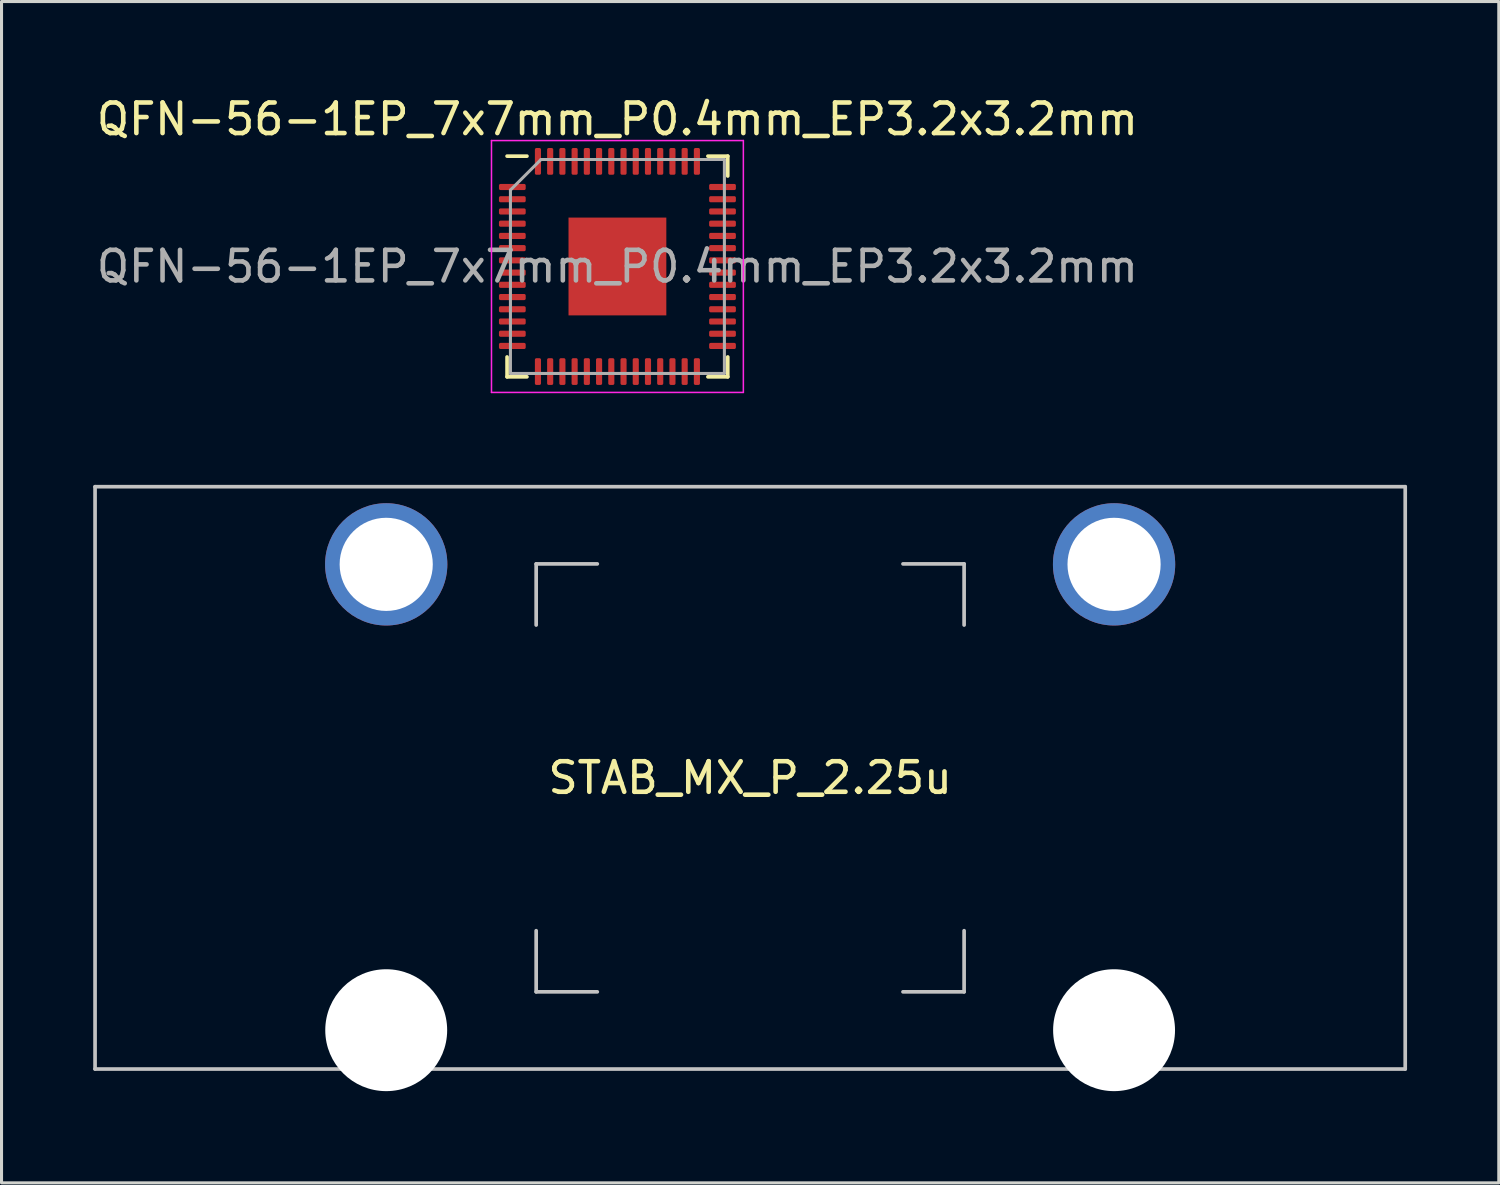
<source format=kicad_pcb>
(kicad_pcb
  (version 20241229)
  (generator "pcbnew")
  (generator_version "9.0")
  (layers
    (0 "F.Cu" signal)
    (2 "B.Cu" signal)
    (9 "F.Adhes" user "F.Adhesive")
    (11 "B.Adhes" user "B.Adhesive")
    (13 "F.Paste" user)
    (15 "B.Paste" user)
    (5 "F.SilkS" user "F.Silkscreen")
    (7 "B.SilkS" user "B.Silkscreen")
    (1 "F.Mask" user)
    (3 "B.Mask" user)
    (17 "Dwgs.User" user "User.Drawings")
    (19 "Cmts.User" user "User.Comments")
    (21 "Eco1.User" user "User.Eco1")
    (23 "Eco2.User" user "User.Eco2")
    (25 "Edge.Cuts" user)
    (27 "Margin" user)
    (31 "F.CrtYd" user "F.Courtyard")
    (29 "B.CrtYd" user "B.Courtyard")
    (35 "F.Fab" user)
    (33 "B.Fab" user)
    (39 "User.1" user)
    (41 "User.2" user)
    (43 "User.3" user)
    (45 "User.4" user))
  (footprint "STAB_MX_P_2.25u"
    (layer "F.Cu")
    (at 21.491 22.398)
    (property "Reference" "STAB_MX_P_2.25u" (at 0 0 180) (layer "F.SilkS") (effects (font (size 1 1) (thickness 0.15))))
    (attr through_hole exclude_from_pos_files)
    (fp_line (start -21.431 -9.525) (end -21.431 9.525) (stroke (width 0.12) (type solid)) (layer "Dwgs.User"))
    (fp_line (start -21.431 -9.525) (end 21.431 -9.525) (stroke (width 0.12) (type solid)) (layer "Dwgs.User"))
    (fp_line (start -21.431 9.525) (end 21.431 9.525) (stroke (width 0.12) (type solid)) (layer "Dwgs.User"))
    (fp_line (start -7 -7) (end -5 -7) (stroke (width 0.12) (type solid)) (layer "Dwgs.User"))
    (fp_line (start -7 -5) (end -7 -7) (stroke (width 0.12) (type solid)) (layer "Dwgs.User"))
    (fp_line (start -7 7) (end -7 5) (stroke (width 0.12) (type solid)) (layer "Dwgs.User"))
    (fp_line (start -5 7) (end -7 7) (stroke (width 0.12) (type solid)) (layer "Dwgs.User"))
    (fp_line (start 5 -7) (end 7 -7) (stroke (width 0.12) (type solid)) (layer "Dwgs.User"))
    (fp_line (start 5 7) (end 7 7) (stroke (width 0.12) (type solid)) (layer "Dwgs.User"))
    (fp_line (start 7 -7) (end 7 -5) (stroke (width 0.12) (type solid)) (layer "Dwgs.User"))
    (fp_line (start 7 7) (end 7 5) (stroke (width 0.12) (type solid)) (layer "Dwgs.User"))
    (fp_line (start 21.431 -9.525) (end 21.431 9.525) (stroke (width 0.12) (type solid)) (layer "Dwgs.User"))
    (fp_line (start -15.281 -5.5) (end -15.281 7.5) (stroke (width 0.05) (type solid)) (layer "Eco2.User"))
    (fp_line (start -14.781 -6) (end -9.031 -6) (stroke (width 0.05) (type solid)) (layer "Eco2.User"))
    (fp_line (start -14.781 8) (end -9.031 8) (stroke (width 0.05) (type solid)) (layer "Eco2.User"))
    (fp_line (start -8.531 -5.5) (end -8.531 7.5) (stroke (width 0.05) (type solid)) (layer "Eco2.User"))
    (fp_line (start 8.531 -5.5) (end 8.531 7.5) (stroke (width 0.05) (type solid)) (layer "Eco2.User"))
    (fp_line (start 9.031 -6) (end 14.78 -6) (stroke (width 0.05) (type solid)) (layer "Eco2.User"))
    (fp_line (start 9.031 8) (end 14.781 8) (stroke (width 0.05) (type solid)) (layer "Eco2.User"))
    (fp_line (start 15.28 -5.5) (end 15.281 7.5) (stroke (width 0.05) (type solid)) (layer "Eco2.User"))
    (fp_arc (start -15.28125 -5.499999) (mid -15.134803 -5.853552) (end -14.78125 -5.999999) (stroke (width 0.05) (type solid)) (layer "Eco2.User"))
    (fp_arc (start -14.78125 8.000001) (mid -15.134803 7.853554) (end -15.28125 7.500001) (stroke (width 0.05) (type solid)) (layer "Eco2.User"))
    (fp_arc (start -9.03125 -5.999999) (mid -8.677697 -5.853552) (end -8.53125 -5.499999) (stroke (width 0.05) (type solid)) (layer "Eco2.User"))
    (fp_arc (start -8.53125 7.500001) (mid -8.677697 7.853554) (end -9.03125 8.000001) (stroke (width 0.05) (type solid)) (layer "Eco2.User"))
    (fp_arc (start 8.53125 -5.499999) (mid 8.677685 -5.853565) (end 9.03125 -5.999999) (stroke (width 0.05) (type solid)) (layer "Eco2.User"))
    (fp_arc (start 9.03125 8.000001) (mid 8.677693 7.853543) (end 8.53125 7.500001) (stroke (width 0.05) (type solid)) (layer "Eco2.User"))
    (fp_arc (start 14.780039 -5.999999) (mid 15.133602 -5.853545) (end 15.280039 -5.499999) (stroke (width 0.05) (type solid)) (layer "Eco2.User"))
    (fp_arc (start 15.28125 7.500001) (mid 15.1348 7.853536) (end 14.78125 8.000001) (stroke (width 0.05) (type solid)) (layer "Eco2.User"))
    (pad "" thru_hole circle (at -11.906 -6.985) (size 4 4) (drill 3.048) (layers "*.Cu" "B.Mask"))
    (pad "" np_thru_hole circle (at -11.906 8.255) (size 3.988 3.988) (drill 3.988) (layers "*.Cu" "*.Mask"))
    (pad "" thru_hole circle (at 11.906 -6.985) (size 4 4) (drill 3.048) (layers "*.Cu" "B.Mask"))
    (pad "" np_thru_hole circle (at 11.906 8.255) (size 3.988 3.988) (drill 3.988) (layers "*.Cu" "*.Mask")))
  (footprint "QFN-56-1EP_7x7mm_P0.4mm_EP3.2x3.2mm"
    (layer "F.Cu")
    (at 17.149 5.668)
    (property "Reference" "QFN-56-1EP_7x7mm_P0.4mm_EP3.2x3.2mm" (at 0 -4.82 0) (layer "F.SilkS") (effects (font (size 1 1) (thickness 0.15))))
    (attr smd)
    (fp_line (start -3.61 3.61) (end -3.61 2.96) (stroke (width 0.12) (type solid)) (layer "F.SilkS"))
    (fp_line (start -2.96 -3.61) (end -3.61 -3.61) (stroke (width 0.12) (type solid)) (layer "F.SilkS"))
    (fp_line (start -2.96 3.61) (end -3.61 3.61) (stroke (width 0.12) (type solid)) (layer "F.SilkS"))
    (fp_line (start 2.96 -3.61) (end 3.61 -3.61) (stroke (width 0.12) (type solid)) (layer "F.SilkS"))
    (fp_line (start 2.96 3.61) (end 3.61 3.61) (stroke (width 0.12) (type solid)) (layer "F.SilkS"))
    (fp_line (start 3.61 -3.61) (end 3.61 -2.96) (stroke (width 0.12) (type solid)) (layer "F.SilkS"))
    (fp_line (start 3.61 3.61) (end 3.61 2.96) (stroke (width 0.12) (type solid)) (layer "F.SilkS"))
    (fp_line (start -4.12 -4.12) (end -4.12 4.12) (stroke (width 0.05) (type solid)) (layer "F.CrtYd"))
    (fp_line (start -4.12 4.12) (end 4.12 4.12) (stroke (width 0.05) (type solid)) (layer "F.CrtYd"))
    (fp_line (start 4.12 -4.12) (end -4.12 -4.12) (stroke (width 0.05) (type solid)) (layer "F.CrtYd"))
    (fp_line (start 4.12 4.12) (end 4.12 -4.12) (stroke (width 0.05) (type solid)) (layer "F.CrtYd"))
    (fp_line (start -3.5 -2.5) (end -2.5 -3.5) (stroke (width 0.1) (type solid)) (layer "F.Fab"))
    (fp_line (start -3.5 3.5) (end -3.5 -2.5) (stroke (width 0.1) (type solid)) (layer "F.Fab"))
    (fp_line (start -2.5 -3.5) (end 3.5 -3.5) (stroke (width 0.1) (type solid)) (layer "F.Fab"))
    (fp_line (start 3.5 -3.5) (end 3.5 3.5) (stroke (width 0.1) (type solid)) (layer "F.Fab"))
    (fp_line (start 3.5 3.5) (end -3.5 3.5) (stroke (width 0.1) (type solid)) (layer "F.Fab"))
    (fp_text user "${REFERENCE}" (at 0 0 0) (layer "F.Fab") (effects (font (size 1 1) (thickness 0.15))))
    (pad "" smd roundrect (at -0.8 -0.8 180) (size 1.29 1.29) (layers "F.Paste") (roundrect_rratio 0.194))
    (pad "" smd roundrect (at -0.8 0.8 180) (size 1.29 1.29) (layers "F.Paste") (roundrect_rratio 0.194))
    (pad "" smd roundrect (at 0.8 -0.8 180) (size 1.29 1.29) (layers "F.Paste") (roundrect_rratio 0.194))
    (pad "" smd roundrect (at 0.8 0.8 180) (size 1.29 1.29) (layers "F.Paste") (roundrect_rratio 0.194))
    (pad "1" smd roundrect (at -3.438 -2.6 180) (size 0.875 0.2) (layers "F.Cu" "F.Mask" "F.Paste") (roundrect_rratio 0.25))
    (pad "2" smd roundrect (at -3.438 -2.2 180) (size 0.875 0.2) (layers "F.Cu" "F.Mask" "F.Paste") (roundrect_rratio 0.25))
    (pad "3" smd roundrect (at -3.438 -1.8 180) (size 0.875 0.2) (layers "F.Cu" "F.Mask" "F.Paste") (roundrect_rratio 0.25))
    (pad "4" smd roundrect (at -3.438 -1.4 180) (size 0.875 0.2) (layers "F.Cu" "F.Mask" "F.Paste") (roundrect_rratio 0.25))
    (pad "5" smd roundrect (at -3.438 -1 180) (size 0.875 0.2) (layers "F.Cu" "F.Mask" "F.Paste") (roundrect_rratio 0.25))
    (pad "6" smd roundrect (at -3.438 -0.6 180) (size 0.875 0.2) (layers "F.Cu" "F.Mask" "F.Paste") (roundrect_rratio 0.25))
    (pad "7" smd roundrect (at -3.438 -0.2 180) (size 0.875 0.2) (layers "F.Cu" "F.Mask" "F.Paste") (roundrect_rratio 0.25))
    (pad "8" smd roundrect (at -3.438 0.2 180) (size 0.875 0.2) (layers "F.Cu" "F.Mask" "F.Paste") (roundrect_rratio 0.25))
    (pad "9" smd roundrect (at -3.438 0.6 180) (size 0.875 0.2) (layers "F.Cu" "F.Mask" "F.Paste") (roundrect_rratio 0.25))
    (pad "10" smd roundrect (at -3.438 1 180) (size 0.875 0.2) (layers "F.Cu" "F.Mask" "F.Paste") (roundrect_rratio 0.25))
    (pad "11" smd roundrect (at -3.438 1.4 180) (size 0.875 0.2) (layers "F.Cu" "F.Mask" "F.Paste") (roundrect_rratio 0.25))
    (pad "12" smd roundrect (at -3.438 1.8 180) (size 0.875 0.2) (layers "F.Cu" "F.Mask" "F.Paste") (roundrect_rratio 0.25))
    (pad "13" smd roundrect (at -3.438 2.2 180) (size 0.875 0.2) (layers "F.Cu" "F.Mask" "F.Paste") (roundrect_rratio 0.25))
    (pad "14" smd roundrect (at -3.438 2.6 180) (size 0.875 0.2) (layers "F.Cu" "F.Mask" "F.Paste") (roundrect_rratio 0.25))
    (pad "15" smd roundrect (at -2.6 3.438 180) (size 0.2 0.875) (layers "F.Cu" "F.Mask" "F.Paste") (roundrect_rratio 0.25))
    (pad "16" smd roundrect (at -2.2 3.438 180) (size 0.2 0.875) (layers "F.Cu" "F.Mask" "F.Paste") (roundrect_rratio 0.25))
    (pad "17" smd roundrect (at -1.8 3.438 180) (size 0.2 0.875) (layers "F.Cu" "F.Mask" "F.Paste") (roundrect_rratio 0.25))
    (pad "18" smd roundrect (at -1.4 3.438 180) (size 0.2 0.875) (layers "F.Cu" "F.Mask" "F.Paste") (roundrect_rratio 0.25))
    (pad "19" smd roundrect (at -1 3.438 180) (size 0.2 0.875) (layers "F.Cu" "F.Mask" "F.Paste") (roundrect_rratio 0.25))
    (pad "20" smd roundrect (at -0.6 3.438 180) (size 0.2 0.875) (layers "F.Cu" "F.Mask" "F.Paste") (roundrect_rratio 0.25))
    (pad "21" smd roundrect (at -0.2 3.438 180) (size 0.2 0.875) (layers "F.Cu" "F.Mask" "F.Paste") (roundrect_rratio 0.25))
    (pad "22" smd roundrect (at 0.2 3.438 180) (size 0.2 0.875) (layers "F.Cu" "F.Mask" "F.Paste") (roundrect_rratio 0.25))
    (pad "23" smd roundrect (at 0.6 3.438 180) (size 0.2 0.875) (layers "F.Cu" "F.Mask" "F.Paste") (roundrect_rratio 0.25))
    (pad "24" smd roundrect (at 1 3.438 180) (size 0.2 0.875) (layers "F.Cu" "F.Mask" "F.Paste") (roundrect_rratio 0.25))
    (pad "25" smd roundrect (at 1.4 3.438 180) (size 0.2 0.875) (layers "F.Cu" "F.Mask" "F.Paste") (roundrect_rratio 0.25))
    (pad "26" smd roundrect (at 1.8 3.438 180) (size 0.2 0.875) (layers "F.Cu" "F.Mask" "F.Paste") (roundrect_rratio 0.25))
    (pad "27" smd roundrect (at 2.2 3.438 180) (size 0.2 0.875) (layers "F.Cu" "F.Mask" "F.Paste") (roundrect_rratio 0.25))
    (pad "28" smd roundrect (at 2.6 3.438 180) (size 0.2 0.875) (layers "F.Cu" "F.Mask" "F.Paste") (roundrect_rratio 0.25))
    (pad "29" smd roundrect (at 3.438 2.6 180) (size 0.875 0.2) (layers "F.Cu" "F.Mask" "F.Paste") (roundrect_rratio 0.25))
    (pad "30" smd roundrect (at 3.438 2.2 180) (size 0.875 0.2) (layers "F.Cu" "F.Mask" "F.Paste") (roundrect_rratio 0.25))
    (pad "31" smd roundrect (at 3.438 1.8 180) (size 0.875 0.2) (layers "F.Cu" "F.Mask" "F.Paste") (roundrect_rratio 0.25))
    (pad "32" smd roundrect (at 3.438 1.4 180) (size 0.875 0.2) (layers "F.Cu" "F.Mask" "F.Paste") (roundrect_rratio 0.25))
    (pad "33" smd roundrect (at 3.438 1 180) (size 0.875 0.2) (layers "F.Cu" "F.Mask" "F.Paste") (roundrect_rratio 0.25))
    (pad "34" smd roundrect (at 3.438 0.6 180) (size 0.875 0.2) (layers "F.Cu" "F.Mask" "F.Paste") (roundrect_rratio 0.25))
    (pad "35" smd roundrect (at 3.438 0.2 180) (size 0.875 0.2) (layers "F.Cu" "F.Mask" "F.Paste") (roundrect_rratio 0.25))
    (pad "36" smd roundrect (at 3.438 -0.2 180) (size 0.875 0.2) (layers "F.Cu" "F.Mask" "F.Paste") (roundrect_rratio 0.25))
    (pad "37" smd roundrect (at 3.438 -0.6 180) (size 0.875 0.2) (layers "F.Cu" "F.Mask" "F.Paste") (roundrect_rratio 0.25))
    (pad "38" smd roundrect (at 3.438 -1 180) (size 0.875 0.2) (layers "F.Cu" "F.Mask" "F.Paste") (roundrect_rratio 0.25))
    (pad "39" smd roundrect (at 3.438 -1.4 180) (size 0.875 0.2) (layers "F.Cu" "F.Mask" "F.Paste") (roundrect_rratio 0.25))
    (pad "40" smd roundrect (at 3.438 -1.8 180) (size 0.875 0.2) (layers "F.Cu" "F.Mask" "F.Paste") (roundrect_rratio 0.25))
    (pad "41" smd roundrect (at 3.438 -2.2 180) (size 0.875 0.2) (layers "F.Cu" "F.Mask" "F.Paste") (roundrect_rratio 0.25))
    (pad "42" smd roundrect (at 3.438 -2.6 180) (size 0.875 0.2) (layers "F.Cu" "F.Mask" "F.Paste") (roundrect_rratio 0.25))
    (pad "43" smd roundrect (at 2.6 -3.438 180) (size 0.2 0.875) (layers "F.Cu" "F.Mask" "F.Paste") (roundrect_rratio 0.25))
    (pad "44" smd roundrect (at 2.2 -3.438 180) (size 0.2 0.875) (layers "F.Cu" "F.Mask" "F.Paste") (roundrect_rratio 0.25))
    (pad "45" smd roundrect (at 1.8 -3.438 180) (size 0.2 0.875) (layers "F.Cu" "F.Mask" "F.Paste") (roundrect_rratio 0.25))
    (pad "46" smd roundrect (at 1.4 -3.438 180) (size 0.2 0.875) (layers "F.Cu" "F.Mask" "F.Paste") (roundrect_rratio 0.25))
    (pad "47" smd roundrect (at 1 -3.438 180) (size 0.2 0.875) (layers "F.Cu" "F.Mask" "F.Paste") (roundrect_rratio 0.25))
    (pad "48" smd roundrect (at 0.6 -3.438 180) (size 0.2 0.875) (layers "F.Cu" "F.Mask" "F.Paste") (roundrect_rratio 0.25))
    (pad "49" smd roundrect (at 0.2 -3.438 180) (size 0.2 0.875) (layers "F.Cu" "F.Mask" "F.Paste") (roundrect_rratio 0.25))
    (pad "50" smd roundrect (at -0.2 -3.438 180) (size 0.2 0.875) (layers "F.Cu" "F.Mask" "F.Paste") (roundrect_rratio 0.25))
    (pad "51" smd roundrect (at -0.6 -3.438 180) (size 0.2 0.875) (layers "F.Cu" "F.Mask" "F.Paste") (roundrect_rratio 0.25))
    (pad "52" smd roundrect (at -1 -3.438 180) (size 0.2 0.875) (layers "F.Cu" "F.Mask" "F.Paste") (roundrect_rratio 0.25))
    (pad "53" smd roundrect (at -1.4 -3.438 180) (size 0.2 0.875) (layers "F.Cu" "F.Mask" "F.Paste") (roundrect_rratio 0.25))
    (pad "54" smd roundrect (at -1.8 -3.438 180) (size 0.2 0.875) (layers "F.Cu" "F.Mask" "F.Paste") (roundrect_rratio 0.25))
    (pad "55" smd roundrect (at -2.2 -3.438 180) (size 0.2 0.875) (layers "F.Cu" "F.Mask" "F.Paste") (roundrect_rratio 0.25))
    (pad "56" smd roundrect (at -2.6 -3.438 180) (size 0.2 0.875) (layers "F.Cu" "F.Mask" "F.Paste") (roundrect_rratio 0.25))
    (pad "57" smd rect (at 0 0 180) (size 3.2 3.2) (layers "F.Cu" "F.Mask")))
  (gr_rect
    (start -3 -3)
    (end 45.983 35.647)
    (stroke (width 0.1) (type default))
    (fill no)
    (layer "Edge.Cuts")))
</source>
